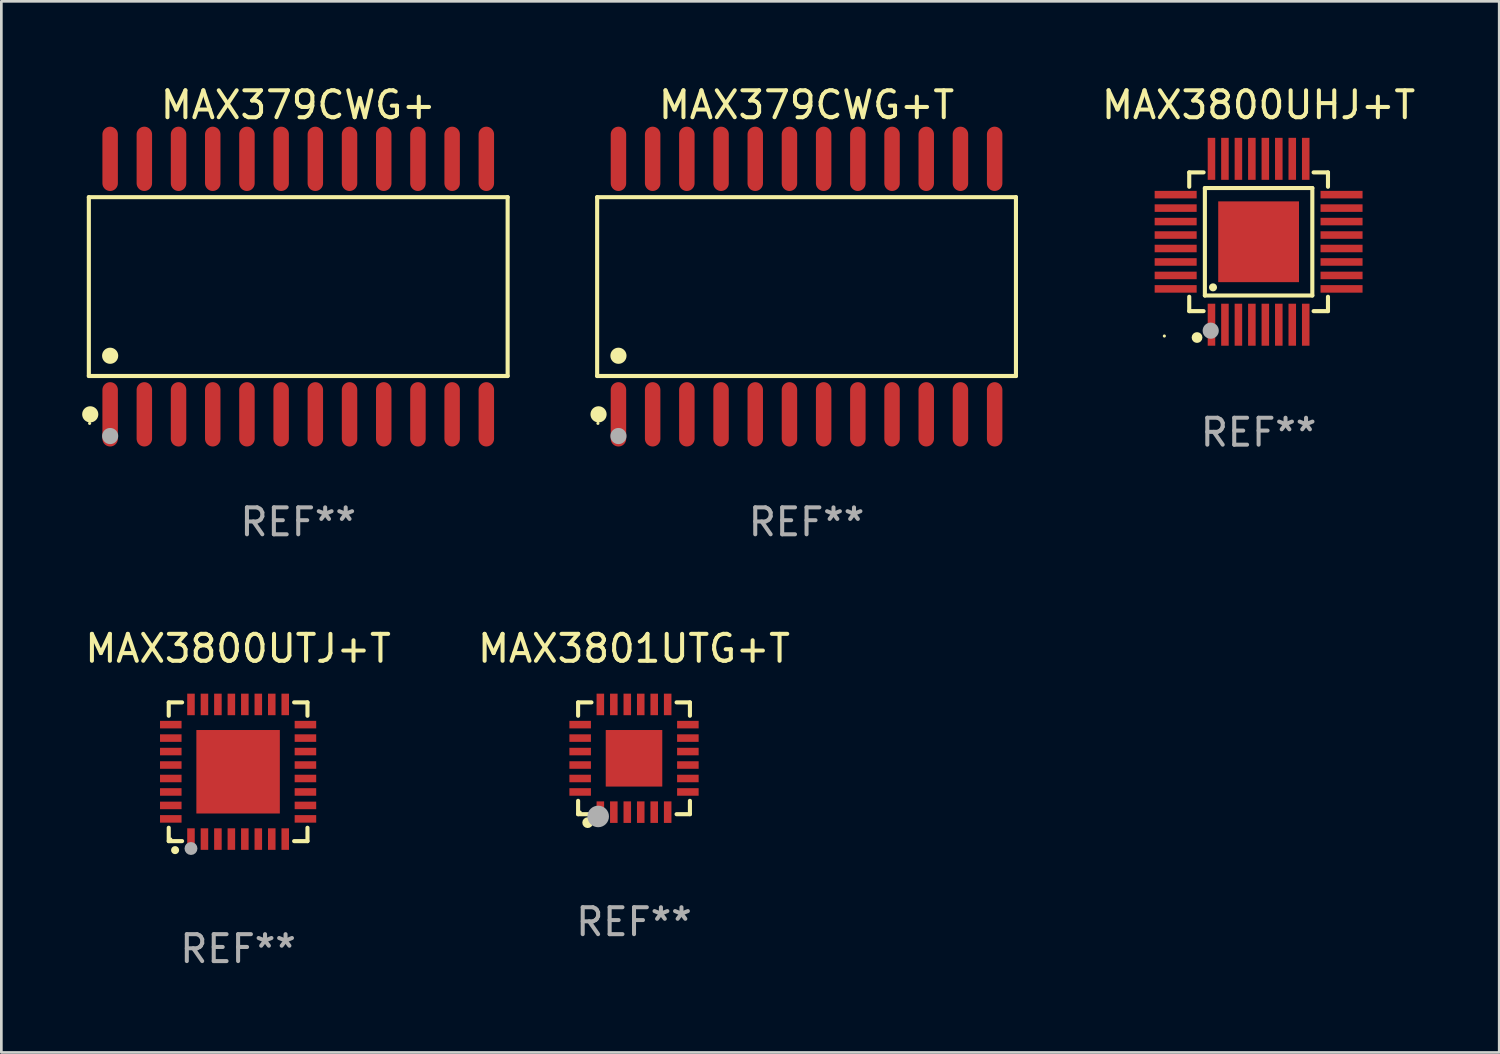
<source format=kicad_pcb>
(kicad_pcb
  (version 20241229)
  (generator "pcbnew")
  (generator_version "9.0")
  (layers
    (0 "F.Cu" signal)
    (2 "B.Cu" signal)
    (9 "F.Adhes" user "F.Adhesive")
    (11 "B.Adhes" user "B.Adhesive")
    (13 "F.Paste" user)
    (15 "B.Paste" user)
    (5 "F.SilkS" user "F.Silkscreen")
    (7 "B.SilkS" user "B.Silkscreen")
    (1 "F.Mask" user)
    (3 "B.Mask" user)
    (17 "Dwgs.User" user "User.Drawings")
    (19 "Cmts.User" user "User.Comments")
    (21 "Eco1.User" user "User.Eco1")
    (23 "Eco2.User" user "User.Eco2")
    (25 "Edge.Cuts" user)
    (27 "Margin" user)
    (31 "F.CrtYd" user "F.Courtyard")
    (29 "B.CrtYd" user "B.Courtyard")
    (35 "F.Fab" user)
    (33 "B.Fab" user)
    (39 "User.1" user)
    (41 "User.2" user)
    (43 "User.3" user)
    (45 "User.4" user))
  (footprint "MAX379CWG+"
    (layer "F.Cu")
    (at 8.025 7.592)
    (property "Reference" "MAX379CWG+" (at 0 -6.744 0) (layer "F.SilkS") (effects (font (size 1 1) (thickness 0.15))))
    (attr through_hole)
    (fp_line (start -7.776 -3.321) (end 7.776 -3.321) (stroke (width 0.152) (type solid)) (layer "F.SilkS"))
    (fp_line (start -7.776 3.321) (end -7.776 -3.321) (stroke (width 0.152) (type solid)) (layer "F.SilkS"))
    (fp_line (start 7.776 -3.321) (end 7.776 3.321) (stroke (width 0.152) (type solid)) (layer "F.SilkS"))
    (fp_line (start 7.776 3.321) (end -7.776 3.321) (stroke (width 0.152) (type solid)) (layer "F.SilkS"))
    (fp_circle (center -7.747 5.08) (end -7.717 5.08) (stroke (width 0.06) (type solid)) (fill no) (layer "F.SilkS"))
    (fp_circle (center -7.724 4.744) (end -7.574 4.744) (stroke (width 0.3) (type solid)) (fill no) (layer "F.SilkS"))
    (fp_circle (center -6.985 2.569) (end -6.835 2.569) (stroke (width 0.3) (type solid)) (fill no) (layer "F.SilkS"))
    (fp_circle (center -6.985 5.55) (end -6.835 5.55) (stroke (width 0.3) (type solid)) (fill no) (layer "F.Fab"))
    (fp_text user "REF**" (at 0 8.744 0) (layer "F.Fab") (effects (font (size 1 1) (thickness 0.15))))
    (pad "1" smd oval (at -6.985 4.744) (size 0.574 2.388) (layers "F.Cu" "F.Mask" "F.Paste"))
    (pad "2" smd oval (at -5.715 4.744) (size 0.574 2.388) (layers "F.Cu" "F.Mask" "F.Paste"))
    (pad "3" smd oval (at -4.445 4.744) (size 0.574 2.388) (layers "F.Cu" "F.Mask" "F.Paste"))
    (pad "4" smd oval (at -3.175 4.744) (size 0.574 2.388) (layers "F.Cu" "F.Mask" "F.Paste"))
    (pad "5" smd oval (at -1.905 4.744) (size 0.574 2.388) (layers "F.Cu" "F.Mask" "F.Paste"))
    (pad "6" smd oval (at -0.635 4.744) (size 0.574 2.388) (layers "F.Cu" "F.Mask" "F.Paste"))
    (pad "7" smd oval (at 0.635 4.744) (size 0.574 2.388) (layers "F.Cu" "F.Mask" "F.Paste"))
    (pad "8" smd oval (at 1.905 4.744) (size 0.574 2.388) (layers "F.Cu" "F.Mask" "F.Paste"))
    (pad "9" smd oval (at 3.175 4.744) (size 0.574 2.388) (layers "F.Cu" "F.Mask" "F.Paste"))
    (pad "10" smd oval (at 4.445 4.744) (size 0.574 2.388) (layers "F.Cu" "F.Mask" "F.Paste"))
    (pad "11" smd oval (at 5.715 4.744) (size 0.574 2.388) (layers "F.Cu" "F.Mask" "F.Paste"))
    (pad "12" smd oval (at 6.985 4.744) (size 0.574 2.388) (layers "F.Cu" "F.Mask" "F.Paste"))
    (pad "13" smd oval (at 6.985 -4.744) (size 0.574 2.388) (layers "F.Cu" "F.Mask" "F.Paste"))
    (pad "14" smd oval (at 5.715 -4.744) (size 0.574 2.388) (layers "F.Cu" "F.Mask" "F.Paste"))
    (pad "15" smd oval (at 4.445 -4.744) (size 0.574 2.388) (layers "F.Cu" "F.Mask" "F.Paste"))
    (pad "16" smd oval (at 3.175 -4.744) (size 0.574 2.388) (layers "F.Cu" "F.Mask" "F.Paste"))
    (pad "17" smd oval (at 1.905 -4.744) (size 0.574 2.388) (layers "F.Cu" "F.Mask" "F.Paste"))
    (pad "18" smd oval (at 0.635 -4.744) (size 0.574 2.388) (layers "F.Cu" "F.Mask" "F.Paste"))
    (pad "19" smd oval (at -0.635 -4.744) (size 0.574 2.388) (layers "F.Cu" "F.Mask" "F.Paste"))
    (pad "20" smd oval (at -1.905 -4.744) (size 0.574 2.388) (layers "F.Cu" "F.Mask" "F.Paste"))
    (pad "21" smd oval (at -3.175 -4.744) (size 0.574 2.388) (layers "F.Cu" "F.Mask" "F.Paste"))
    (pad "22" smd oval (at -4.445 -4.744) (size 0.574 2.388) (layers "F.Cu" "F.Mask" "F.Paste"))
    (pad "23" smd oval (at -5.715 -4.744) (size 0.574 2.388) (layers "F.Cu" "F.Mask" "F.Paste"))
    (pad "24" smd oval (at -6.985 -4.744) (size 0.574 2.388) (layers "F.Cu" "F.Mask" "F.Paste")))
  (footprint "MAX379CWG+T"
    (layer "F.Cu")
    (at 26.901 7.592)
    (property "Reference" "MAX379CWG+T" (at 0 -6.744 0) (layer "F.SilkS") (effects (font (size 1 1) (thickness 0.15))))
    (attr through_hole)
    (fp_line (start -7.776 -3.321) (end 7.776 -3.321) (stroke (width 0.152) (type solid)) (layer "F.SilkS"))
    (fp_line (start -7.776 3.321) (end -7.776 -3.321) (stroke (width 0.152) (type solid)) (layer "F.SilkS"))
    (fp_line (start 7.776 -3.321) (end 7.776 3.321) (stroke (width 0.152) (type solid)) (layer "F.SilkS"))
    (fp_line (start 7.776 3.321) (end -7.776 3.321) (stroke (width 0.152) (type solid)) (layer "F.SilkS"))
    (fp_circle (center -7.747 5.08) (end -7.717 5.08) (stroke (width 0.06) (type solid)) (fill no) (layer "F.SilkS"))
    (fp_circle (center -7.724 4.744) (end -7.574 4.744) (stroke (width 0.3) (type solid)) (fill no) (layer "F.SilkS"))
    (fp_circle (center -6.985 2.569) (end -6.835 2.569) (stroke (width 0.3) (type solid)) (fill no) (layer "F.SilkS"))
    (fp_circle (center -6.985 5.55) (end -6.835 5.55) (stroke (width 0.3) (type solid)) (fill no) (layer "F.Fab"))
    (fp_text user "REF**" (at 0 8.744 0) (layer "F.Fab") (effects (font (size 1 1) (thickness 0.15))))
    (pad "1" smd oval (at -6.985 4.744) (size 0.574 2.388) (layers "F.Cu" "F.Mask" "F.Paste"))
    (pad "2" smd oval (at -5.715 4.744) (size 0.574 2.388) (layers "F.Cu" "F.Mask" "F.Paste"))
    (pad "3" smd oval (at -4.445 4.744) (size 0.574 2.388) (layers "F.Cu" "F.Mask" "F.Paste"))
    (pad "4" smd oval (at -3.175 4.744) (size 0.574 2.388) (layers "F.Cu" "F.Mask" "F.Paste"))
    (pad "5" smd oval (at -1.905 4.744) (size 0.574 2.388) (layers "F.Cu" "F.Mask" "F.Paste"))
    (pad "6" smd oval (at -0.635 4.744) (size 0.574 2.388) (layers "F.Cu" "F.Mask" "F.Paste"))
    (pad "7" smd oval (at 0.635 4.744) (size 0.574 2.388) (layers "F.Cu" "F.Mask" "F.Paste"))
    (pad "8" smd oval (at 1.905 4.744) (size 0.574 2.388) (layers "F.Cu" "F.Mask" "F.Paste"))
    (pad "9" smd oval (at 3.175 4.744) (size 0.574 2.388) (layers "F.Cu" "F.Mask" "F.Paste"))
    (pad "10" smd oval (at 4.445 4.744) (size 0.574 2.388) (layers "F.Cu" "F.Mask" "F.Paste"))
    (pad "11" smd oval (at 5.715 4.744) (size 0.574 2.388) (layers "F.Cu" "F.Mask" "F.Paste"))
    (pad "12" smd oval (at 6.985 4.744) (size 0.574 2.388) (layers "F.Cu" "F.Mask" "F.Paste"))
    (pad "13" smd oval (at 6.985 -4.744) (size 0.574 2.388) (layers "F.Cu" "F.Mask" "F.Paste"))
    (pad "14" smd oval (at 5.715 -4.744) (size 0.574 2.388) (layers "F.Cu" "F.Mask" "F.Paste"))
    (pad "15" smd oval (at 4.445 -4.744) (size 0.574 2.388) (layers "F.Cu" "F.Mask" "F.Paste"))
    (pad "16" smd oval (at 3.175 -4.744) (size 0.574 2.388) (layers "F.Cu" "F.Mask" "F.Paste"))
    (pad "17" smd oval (at 1.905 -4.744) (size 0.574 2.388) (layers "F.Cu" "F.Mask" "F.Paste"))
    (pad "18" smd oval (at 0.635 -4.744) (size 0.574 2.388) (layers "F.Cu" "F.Mask" "F.Paste"))
    (pad "19" smd oval (at -0.635 -4.744) (size 0.574 2.388) (layers "F.Cu" "F.Mask" "F.Paste"))
    (pad "20" smd oval (at -1.905 -4.744) (size 0.574 2.388) (layers "F.Cu" "F.Mask" "F.Paste"))
    (pad "21" smd oval (at -3.175 -4.744) (size 0.574 2.388) (layers "F.Cu" "F.Mask" "F.Paste"))
    (pad "22" smd oval (at -4.445 -4.744) (size 0.574 2.388) (layers "F.Cu" "F.Mask" "F.Paste"))
    (pad "23" smd oval (at -5.715 -4.744) (size 0.574 2.388) (layers "F.Cu" "F.Mask" "F.Paste"))
    (pad "24" smd oval (at -6.985 -4.744) (size 0.574 2.388) (layers "F.Cu" "F.Mask" "F.Paste")))
  (footprint "MAX3800UTJ+T"
    (layer "F.Cu")
    (at 5.792 25.609)
    (property "Reference" "MAX3800UTJ+T" (at 0 -4.576 0) (layer "F.SilkS") (effects (font (size 1 1) (thickness 0.15))))
    (attr through_hole)
    (fp_line (start -2.576 -2.576) (end -2.08 -2.576) (stroke (width 0.152) (type solid)) (layer "F.SilkS"))
    (fp_line (start -2.576 -2.08) (end -2.576 -2.576) (stroke (width 0.152) (type solid)) (layer "F.SilkS"))
    (fp_line (start -2.576 2.08) (end -2.576 2.576) (stroke (width 0.152) (type solid)) (layer "F.SilkS"))
    (fp_line (start -2.576 2.576) (end -2.08 2.576) (stroke (width 0.152) (type solid)) (layer "F.SilkS"))
    (fp_line (start 2.576 -2.576) (end 2.08 -2.576) (stroke (width 0.152) (type solid)) (layer "F.SilkS"))
    (fp_line (start 2.576 -2.08) (end 2.576 -2.576) (stroke (width 0.152) (type solid)) (layer "F.SilkS"))
    (fp_line (start 2.576 2.08) (end 2.576 2.576) (stroke (width 0.152) (type solid)) (layer "F.SilkS"))
    (fp_line (start 2.576 2.576) (end 2.08 2.576) (stroke (width 0.152) (type solid)) (layer "F.SilkS"))
    (fp_circle (center -2.5 2.5) (end -2.47 2.5) (stroke (width 0.06) (type solid)) (fill no) (layer "F.SilkS"))
    (fp_circle (center -2.34 2.91) (end -2.265 2.91) (stroke (width 0.15) (type solid)) (fill no) (layer "F.SilkS"))
    (fp_circle (center -1.75 2.85) (end -1.63 2.85) (stroke (width 0.24) (type solid)) (fill no) (layer "F.Fab"))
    (fp_text user "REF**" (at 0 6.576 0) (layer "F.Fab") (effects (font (size 1 1) (thickness 0.15))))
    (pad "1" smd rect (at -1.75 2.5) (size 0.28 0.8) (layers "F.Cu" "F.Mask" "F.Paste"))
    (pad "2" smd rect (at -1.25 2.5) (size 0.28 0.8) (layers "F.Cu" "F.Mask" "F.Paste"))
    (pad "3" smd rect (at -0.75 2.5) (size 0.28 0.8) (layers "F.Cu" "F.Mask" "F.Paste"))
    (pad "4" smd rect (at -0.25 2.5) (size 0.28 0.8) (layers "F.Cu" "F.Mask" "F.Paste"))
    (pad "5" smd rect (at 0.25 2.5) (size 0.28 0.8) (layers "F.Cu" "F.Mask" "F.Paste"))
    (pad "6" smd rect (at 0.75 2.5) (size 0.28 0.8) (layers "F.Cu" "F.Mask" "F.Paste"))
    (pad "7" smd rect (at 1.25 2.5) (size 0.28 0.8) (layers "F.Cu" "F.Mask" "F.Paste"))
    (pad "8" smd rect (at 1.75 2.5) (size 0.28 0.8) (layers "F.Cu" "F.Mask" "F.Paste"))
    (pad "9" smd rect (at 2.5 1.75) (size 0.8 0.28) (layers "F.Cu" "F.Mask" "F.Paste"))
    (pad "10" smd rect (at 2.5 1.25) (size 0.8 0.28) (layers "F.Cu" "F.Mask" "F.Paste"))
    (pad "11" smd rect (at 2.5 0.75) (size 0.8 0.28) (layers "F.Cu" "F.Mask" "F.Paste"))
    (pad "12" smd rect (at 2.5 0.25) (size 0.8 0.28) (layers "F.Cu" "F.Mask" "F.Paste"))
    (pad "13" smd rect (at 2.5 -0.25) (size 0.8 0.28) (layers "F.Cu" "F.Mask" "F.Paste"))
    (pad "14" smd rect (at 2.5 -0.75) (size 0.8 0.28) (layers "F.Cu" "F.Mask" "F.Paste"))
    (pad "15" smd rect (at 2.5 -1.25) (size 0.8 0.28) (layers "F.Cu" "F.Mask" "F.Paste"))
    (pad "16" smd rect (at 2.5 -1.75) (size 0.8 0.28) (layers "F.Cu" "F.Mask" "F.Paste"))
    (pad "17" smd rect (at 1.75 -2.5) (size 0.28 0.8) (layers "F.Cu" "F.Mask" "F.Paste"))
    (pad "18" smd rect (at 1.25 -2.5) (size 0.28 0.8) (layers "F.Cu" "F.Mask" "F.Paste"))
    (pad "19" smd rect (at 0.75 -2.5) (size 0.28 0.8) (layers "F.Cu" "F.Mask" "F.Paste"))
    (pad "20" smd rect (at 0.25 -2.5) (size 0.28 0.8) (layers "F.Cu" "F.Mask" "F.Paste"))
    (pad "21" smd rect (at -0.25 -2.5) (size 0.28 0.8) (layers "F.Cu" "F.Mask" "F.Paste"))
    (pad "22" smd rect (at -0.75 -2.5) (size 0.28 0.8) (layers "F.Cu" "F.Mask" "F.Paste"))
    (pad "23" smd rect (at -1.25 -2.5) (size 0.28 0.8) (layers "F.Cu" "F.Mask" "F.Paste"))
    (pad "24" smd rect (at -1.75 -2.5) (size 0.28 0.8) (layers "F.Cu" "F.Mask" "F.Paste"))
    (pad "25" smd rect (at -2.5 -1.75) (size 0.8 0.28) (layers "F.Cu" "F.Mask" "F.Paste"))
    (pad "26" smd rect (at -2.5 -1.25) (size 0.8 0.28) (layers "F.Cu" "F.Mask" "F.Paste"))
    (pad "27" smd rect (at -2.5 -0.75) (size 0.8 0.28) (layers "F.Cu" "F.Mask" "F.Paste"))
    (pad "28" smd rect (at -2.5 -0.25) (size 0.8 0.28) (layers "F.Cu" "F.Mask" "F.Paste"))
    (pad "29" smd rect (at -2.5 0.25) (size 0.8 0.28) (layers "F.Cu" "F.Mask" "F.Paste"))
    (pad "30" smd rect (at -2.5 0.75) (size 0.8 0.28) (layers "F.Cu" "F.Mask" "F.Paste"))
    (pad "31" smd rect (at -2.5 1.25) (size 0.8 0.28) (layers "F.Cu" "F.Mask" "F.Paste"))
    (pad "32" smd rect (at -2.5 1.75) (size 0.8 0.28) (layers "F.Cu" "F.Mask" "F.Paste"))
    (pad "33" smd rect (at 0 0) (size 3.1 3.1) (layers "F.Cu" "F.Mask" "F.Paste")))
  (footprint "MAX3801UTG+T"
    (layer "F.Cu")
    (at 20.494 25.109)
    (property "Reference" "MAX3801UTG+T" (at 0 -4.076 0) (layer "F.SilkS") (effects (font (size 1 1) (thickness 0.15))))
    (attr through_hole)
    (fp_line (start -2.076 -2.076) (end -1.58 -2.076) (stroke (width 0.152) (type solid)) (layer "F.SilkS"))
    (fp_line (start -2.076 -1.58) (end -2.076 -2.076) (stroke (width 0.152) (type solid)) (layer "F.SilkS"))
    (fp_line (start -2.076 1.58) (end -2.076 2.076) (stroke (width 0.152) (type solid)) (layer "F.SilkS"))
    (fp_line (start -2.076 2.076) (end -1.58 2.076) (stroke (width 0.152) (type solid)) (layer "F.SilkS"))
    (fp_line (start 2.076 -2.076) (end 1.58 -2.076) (stroke (width 0.152) (type solid)) (layer "F.SilkS"))
    (fp_line (start 2.076 -1.58) (end 2.076 -2.076) (stroke (width 0.152) (type solid)) (layer "F.SilkS"))
    (fp_line (start 2.076 1.58) (end 2.076 2.076) (stroke (width 0.152) (type solid)) (layer "F.SilkS"))
    (fp_line (start 2.076 2.076) (end 1.58 2.076) (stroke (width 0.152) (type solid)) (layer "F.SilkS"))
    (fp_circle (center -2 2) (end -1.97 2) (stroke (width 0.06) (type solid)) (fill no) (layer "F.SilkS"))
    (fp_circle (center -1.72 2.39) (end -1.62 2.39) (stroke (width 0.2) (type solid)) (fill no) (layer "F.SilkS"))
    (fp_circle (center -1.33 2.16) (end -1.13 2.16) (stroke (width 0.4) (type solid)) (fill no) (layer "F.Fab"))
    (fp_text user "REF**" (at 0 6.076 0) (layer "F.Fab") (effects (font (size 1 1) (thickness 0.15))))
    (pad "1" smd rect (at -1.25 2) (size 0.28 0.8) (layers "F.Cu" "F.Mask" "F.Paste"))
    (pad "2" smd rect (at -0.75 2) (size 0.28 0.8) (layers "F.Cu" "F.Mask" "F.Paste"))
    (pad "3" smd rect (at -0.25 2) (size 0.28 0.8) (layers "F.Cu" "F.Mask" "F.Paste"))
    (pad "4" smd rect (at 0.25 2) (size 0.28 0.8) (layers "F.Cu" "F.Mask" "F.Paste"))
    (pad "5" smd rect (at 0.75 2) (size 0.28 0.8) (layers "F.Cu" "F.Mask" "F.Paste"))
    (pad "6" smd rect (at 1.25 2) (size 0.28 0.8) (layers "F.Cu" "F.Mask" "F.Paste"))
    (pad "7" smd rect (at 2 1.25) (size 0.8 0.28) (layers "F.Cu" "F.Mask" "F.Paste"))
    (pad "8" smd rect (at 2 0.75) (size 0.8 0.28) (layers "F.Cu" "F.Mask" "F.Paste"))
    (pad "9" smd rect (at 2 0.25) (size 0.8 0.28) (layers "F.Cu" "F.Mask" "F.Paste"))
    (pad "10" smd rect (at 2 -0.25) (size 0.8 0.28) (layers "F.Cu" "F.Mask" "F.Paste"))
    (pad "11" smd rect (at 2 -0.75) (size 0.8 0.28) (layers "F.Cu" "F.Mask" "F.Paste"))
    (pad "12" smd rect (at 2 -1.25) (size 0.8 0.28) (layers "F.Cu" "F.Mask" "F.Paste"))
    (pad "13" smd rect (at 1.25 -2) (size 0.28 0.8) (layers "F.Cu" "F.Mask" "F.Paste"))
    (pad "14" smd rect (at 0.75 -2) (size 0.28 0.8) (layers "F.Cu" "F.Mask" "F.Paste"))
    (pad "15" smd rect (at 0.25 -2) (size 0.28 0.8) (layers "F.Cu" "F.Mask" "F.Paste"))
    (pad "16" smd rect (at -0.25 -2) (size 0.28 0.8) (layers "F.Cu" "F.Mask" "F.Paste"))
    (pad "17" smd rect (at -0.75 -2) (size 0.28 0.8) (layers "F.Cu" "F.Mask" "F.Paste"))
    (pad "18" smd rect (at -1.25 -2) (size 0.28 0.8) (layers "F.Cu" "F.Mask" "F.Paste"))
    (pad "19" smd rect (at -2 -1.25) (size 0.8 0.28) (layers "F.Cu" "F.Mask" "F.Paste"))
    (pad "20" smd rect (at -2 -0.75) (size 0.8 0.28) (layers "F.Cu" "F.Mask" "F.Paste"))
    (pad "21" smd rect (at -2 -0.25) (size 0.8 0.28) (layers "F.Cu" "F.Mask" "F.Paste"))
    (pad "22" smd rect (at -2 0.25) (size 0.8 0.28) (layers "F.Cu" "F.Mask" "F.Paste"))
    (pad "23" smd rect (at -2 0.75) (size 0.8 0.28) (layers "F.Cu" "F.Mask" "F.Paste"))
    (pad "24" smd rect (at -2 1.25) (size 0.8 0.28) (layers "F.Cu" "F.Mask" "F.Paste"))
    (pad "25" smd rect (at 0 0) (size 2.1 2.1) (layers "F.Cu" "F.Mask" "F.Paste")))
  (footprint "MAX3800UHJ+T"
    (layer "F.Cu")
    (at 43.688 5.928)
    (property "Reference" "MAX3800UHJ+T" (at 0 -5.08 0) (layer "F.SilkS") (effects (font (size 1 1) (thickness 0.15))))
    (attr through_hole)
    (fp_line (start -2.576 -2.576) (end -2.576 -2.042) (stroke (width 0.152) (type solid)) (layer "F.SilkS"))
    (fp_line (start -2.576 2.576) (end -2.576 2.042) (stroke (width 0.152) (type solid)) (layer "F.SilkS"))
    (fp_line (start -2.042 -2.576) (end -2.576 -2.576) (stroke (width 0.152) (type solid)) (layer "F.SilkS"))
    (fp_line (start -2.042 2.576) (end -2.576 2.576) (stroke (width 0.152) (type solid)) (layer "F.SilkS"))
    (fp_line (start -1.995 -1.995) (end 1.995 -1.995) (stroke (width 0.152) (type solid)) (layer "F.SilkS"))
    (fp_line (start -1.995 1.995) (end -1.995 -1.995) (stroke (width 0.152) (type solid)) (layer "F.SilkS"))
    (fp_line (start 1.995 -1.995) (end 1.995 1.995) (stroke (width 0.152) (type solid)) (layer "F.SilkS"))
    (fp_line (start 1.995 1.995) (end -1.995 1.995) (stroke (width 0.152) (type solid)) (layer "F.SilkS"))
    (fp_line (start 2.042 -2.576) (end 2.576 -2.576) (stroke (width 0.152) (type solid)) (layer "F.SilkS"))
    (fp_line (start 2.042 2.576) (end 2.576 2.576) (stroke (width 0.152) (type solid)) (layer "F.SilkS"))
    (fp_line (start 2.576 -2.576) (end 2.576 -2.042) (stroke (width 0.152) (type solid)) (layer "F.SilkS"))
    (fp_line (start 2.576 2.576) (end 2.576 2.042) (stroke (width 0.152) (type solid)) (layer "F.SilkS"))
    (fp_circle (center -3.5 3.5) (end -3.47 3.5) (stroke (width 0.06) (type solid)) (fill no) (layer "F.SilkS"))
    (fp_circle (center -2.286 3.556) (end -2.186 3.556) (stroke (width 0.2) (type solid)) (fill no) (layer "F.SilkS"))
    (fp_circle (center -1.693 1.693) (end -1.618 1.693) (stroke (width 0.15) (type solid)) (fill no) (layer "F.SilkS"))
    (fp_circle (center -1.778 3.302) (end -1.628 3.302) (stroke (width 0.3) (type solid)) (fill no) (layer "F.Fab"))
    (fp_text user "REF**" (at 0 7.08 0) (layer "F.Fab") (effects (font (size 1 1) (thickness 0.15))))
    (pad "1" smd rect (at -1.75 3.08) (size 0.28 1.56) (layers "F.Cu" "F.Mask" "F.Paste"))
    (pad "2" smd rect (at -1.25 3.08) (size 0.28 1.56) (layers "F.Cu" "F.Mask" "F.Paste"))
    (pad "3" smd rect (at -0.75 3.08) (size 0.28 1.56) (layers "F.Cu" "F.Mask" "F.Paste"))
    (pad "4" smd rect (at -0.25 3.08) (size 0.28 1.56) (layers "F.Cu" "F.Mask" "F.Paste"))
    (pad "5" smd rect (at 0.25 3.08) (size 0.28 1.56) (layers "F.Cu" "F.Mask" "F.Paste"))
    (pad "6" smd rect (at 0.75 3.08) (size 0.28 1.56) (layers "F.Cu" "F.Mask" "F.Paste"))
    (pad "7" smd rect (at 1.25 3.08) (size 0.28 1.56) (layers "F.Cu" "F.Mask" "F.Paste"))
    (pad "8" smd rect (at 1.75 3.08) (size 0.28 1.56) (layers "F.Cu" "F.Mask" "F.Paste"))
    (pad "9" smd rect (at 3.08 1.75) (size 1.56 0.28) (layers "F.Cu" "F.Mask" "F.Paste"))
    (pad "10" smd rect (at 3.08 1.25) (size 1.56 0.28) (layers "F.Cu" "F.Mask" "F.Paste"))
    (pad "11" smd rect (at 3.08 0.75) (size 1.56 0.28) (layers "F.Cu" "F.Mask" "F.Paste"))
    (pad "12" smd rect (at 3.08 0.25) (size 1.56 0.28) (layers "F.Cu" "F.Mask" "F.Paste"))
    (pad "13" smd rect (at 3.08 -0.25) (size 1.56 0.28) (layers "F.Cu" "F.Mask" "F.Paste"))
    (pad "14" smd rect (at 3.08 -0.75) (size 1.56 0.28) (layers "F.Cu" "F.Mask" "F.Paste"))
    (pad "15" smd rect (at 3.08 -1.25) (size 1.56 0.28) (layers "F.Cu" "F.Mask" "F.Paste"))
    (pad "16" smd rect (at 3.08 -1.75) (size 1.56 0.28) (layers "F.Cu" "F.Mask" "F.Paste"))
    (pad "17" smd rect (at 1.75 -3.08) (size 0.28 1.56) (layers "F.Cu" "F.Mask" "F.Paste"))
    (pad "18" smd rect (at 1.25 -3.08) (size 0.28 1.56) (layers "F.Cu" "F.Mask" "F.Paste"))
    (pad "19" smd rect (at 0.75 -3.08) (size 0.28 1.56) (layers "F.Cu" "F.Mask" "F.Paste"))
    (pad "20" smd rect (at 0.25 -3.08) (size 0.28 1.56) (layers "F.Cu" "F.Mask" "F.Paste"))
    (pad "21" smd rect (at -0.25 -3.08) (size 0.28 1.56) (layers "F.Cu" "F.Mask" "F.Paste"))
    (pad "22" smd rect (at -0.75 -3.08) (size 0.28 1.56) (layers "F.Cu" "F.Mask" "F.Paste"))
    (pad "23" smd rect (at -1.25 -3.08) (size 0.28 1.56) (layers "F.Cu" "F.Mask" "F.Paste"))
    (pad "24" smd rect (at -1.75 -3.08) (size 0.28 1.56) (layers "F.Cu" "F.Mask" "F.Paste"))
    (pad "25" smd rect (at -3.08 -1.75) (size 1.56 0.28) (layers "F.Cu" "F.Mask" "F.Paste"))
    (pad "26" smd rect (at -3.08 -1.25) (size 1.56 0.28) (layers "F.Cu" "F.Mask" "F.Paste"))
    (pad "27" smd rect (at -3.08 -0.75) (size 1.56 0.28) (layers "F.Cu" "F.Mask" "F.Paste"))
    (pad "28" smd rect (at -3.08 -0.25) (size 1.56 0.28) (layers "F.Cu" "F.Mask" "F.Paste"))
    (pad "29" smd rect (at -3.08 0.25) (size 1.56 0.28) (layers "F.Cu" "F.Mask" "F.Paste"))
    (pad "30" smd rect (at -3.08 0.75) (size 1.56 0.28) (layers "F.Cu" "F.Mask" "F.Paste"))
    (pad "31" smd rect (at -3.08 1.25) (size 1.56 0.28) (layers "F.Cu" "F.Mask" "F.Paste"))
    (pad "32" smd rect (at -3.08 1.75) (size 1.56 0.28) (layers "F.Cu" "F.Mask" "F.Paste"))
    (pad "33" smd rect (at 0 0) (size 3 3) (layers "F.Cu" "F.Mask" "F.Paste")))
  (gr_rect
    (start -3 -3)
    (end 52.623 36.033)
    (stroke (width 0.1) (type default))
    (fill no)
    (layer "Edge.Cuts")))
</source>
